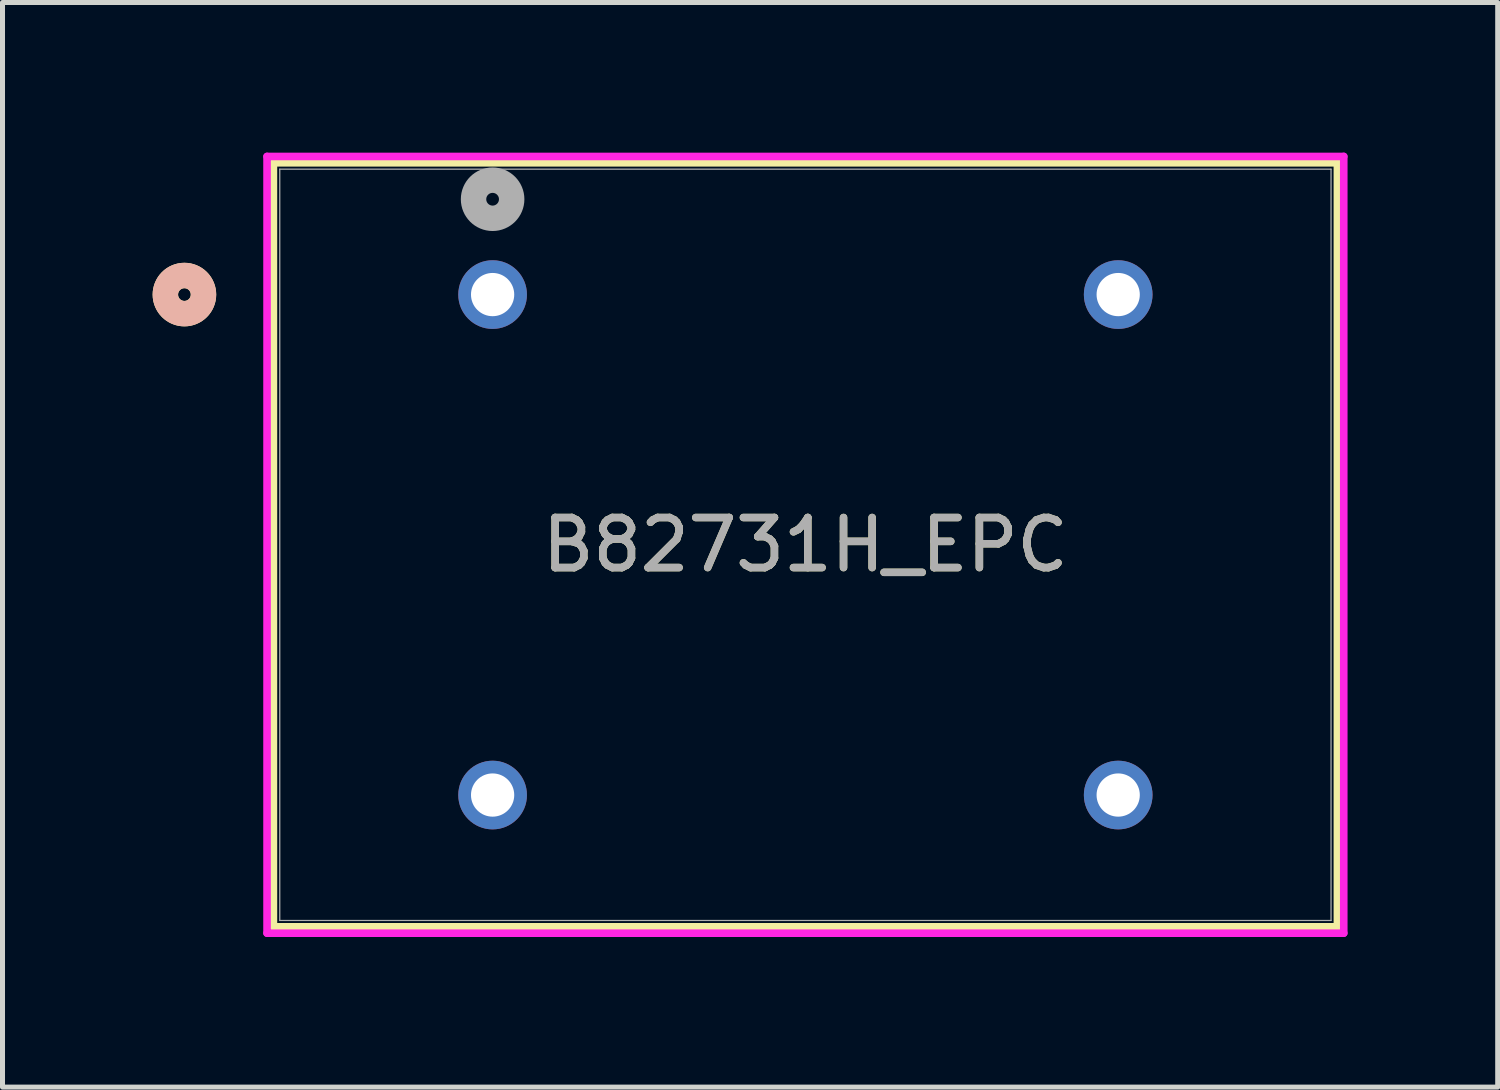
<source format=kicad_pcb>
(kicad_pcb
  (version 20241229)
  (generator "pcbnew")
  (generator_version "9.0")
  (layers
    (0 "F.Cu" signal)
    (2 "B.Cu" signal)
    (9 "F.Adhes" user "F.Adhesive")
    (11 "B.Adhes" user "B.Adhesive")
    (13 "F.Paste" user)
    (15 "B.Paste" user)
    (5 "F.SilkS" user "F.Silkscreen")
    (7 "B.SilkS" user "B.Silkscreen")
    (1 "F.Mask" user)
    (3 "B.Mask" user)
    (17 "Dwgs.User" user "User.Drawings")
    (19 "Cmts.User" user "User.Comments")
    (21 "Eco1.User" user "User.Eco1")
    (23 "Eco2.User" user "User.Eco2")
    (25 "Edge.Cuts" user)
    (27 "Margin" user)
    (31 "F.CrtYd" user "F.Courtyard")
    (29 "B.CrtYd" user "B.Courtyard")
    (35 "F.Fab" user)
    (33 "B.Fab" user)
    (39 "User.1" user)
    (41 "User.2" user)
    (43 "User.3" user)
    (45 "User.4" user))
  (footprint "B82731H_EPC"
    (layer "F.Cu")
    (at 6.793 2.836)
    (property "Reference" "B82731H_EPC" (at 6.25 5 0) (unlocked yes) (layer "F.SilkS") (effects (font (size 1 1) (thickness 0.15))))
    (attr through_hole)
    (fp_line (start -4.38 -2.633) (end -4.38 12.633) (stroke (width 0.152) (type solid)) (layer "F.SilkS"))
    (fp_line (start -4.38 12.633) (end 16.88 12.633) (stroke (width 0.152) (type solid)) (layer "F.SilkS"))
    (fp_line (start 16.88 -2.633) (end -4.38 -2.633) (stroke (width 0.152) (type solid)) (layer "F.SilkS"))
    (fp_line (start 16.88 12.633) (end 16.88 -2.633) (stroke (width 0.152) (type solid)) (layer "F.SilkS"))
    (fp_circle (center -6.158 0) (end -5.777 0) (stroke (width 0.508) (type solid)) (fill no) (layer "F.SilkS"))
    (fp_circle (center -6.158 0) (end -5.777 0) (stroke (width 0.508) (type solid)) (fill no) (layer "B.SilkS"))
    (fp_line (start -4.507 -2.76) (end -4.507 12.76) (stroke (width 0.152) (type solid)) (layer "F.CrtYd"))
    (fp_line (start -4.507 12.76) (end 17.007 12.76) (stroke (width 0.152) (type solid)) (layer "F.CrtYd"))
    (fp_line (start 17.007 -2.76) (end -4.507 -2.76) (stroke (width 0.152) (type solid)) (layer "F.CrtYd"))
    (fp_line (start 17.007 12.76) (end 17.007 -2.76) (stroke (width 0.152) (type solid)) (layer "F.CrtYd"))
    (fp_line (start -4.253 -2.506) (end -4.253 12.506) (stroke (width 0.025) (type solid)) (layer "F.Fab"))
    (fp_line (start -4.253 12.506) (end 16.753 12.506) (stroke (width 0.025) (type solid)) (layer "F.Fab"))
    (fp_line (start 16.753 -2.506) (end -4.253 -2.506) (stroke (width 0.025) (type solid)) (layer "F.Fab"))
    (fp_line (start 16.753 12.506) (end 16.753 -2.506) (stroke (width 0.025) (type solid)) (layer "F.Fab"))
    (fp_circle (center 0 -1.905) (end 0.381 -1.905) (stroke (width 0.508) (type solid)) (fill no) (layer "F.Fab"))
    (fp_text user "${REFERENCE}" (at 6.25 5 0) (unlocked yes) (layer "F.Fab") (effects (font (size 1 1) (thickness 0.15))))
    (pad "1" thru_hole circle (at 0 0) (size 1.372 1.372) (drill 0.864) (layers "*.Cu" "*.Mask"))
    (pad "2" thru_hole circle (at 12.5 0) (size 1.372 1.372) (drill 0.864) (layers "*.Cu" "*.Mask"))
    (pad "3" thru_hole circle (at 12.5 10) (size 1.372 1.372) (drill 0.864) (layers "*.Cu" "*.Mask"))
    (pad "4" thru_hole circle (at 0 10) (size 1.372 1.372) (drill 0.864) (layers "*.Cu" "*.Mask")))
  (gr_rect
    (start -3 -3)
    (end 26.876 18.672)
    (stroke (width 0.1) (type default))
    (fill no)
    (layer "Edge.Cuts")))
</source>
